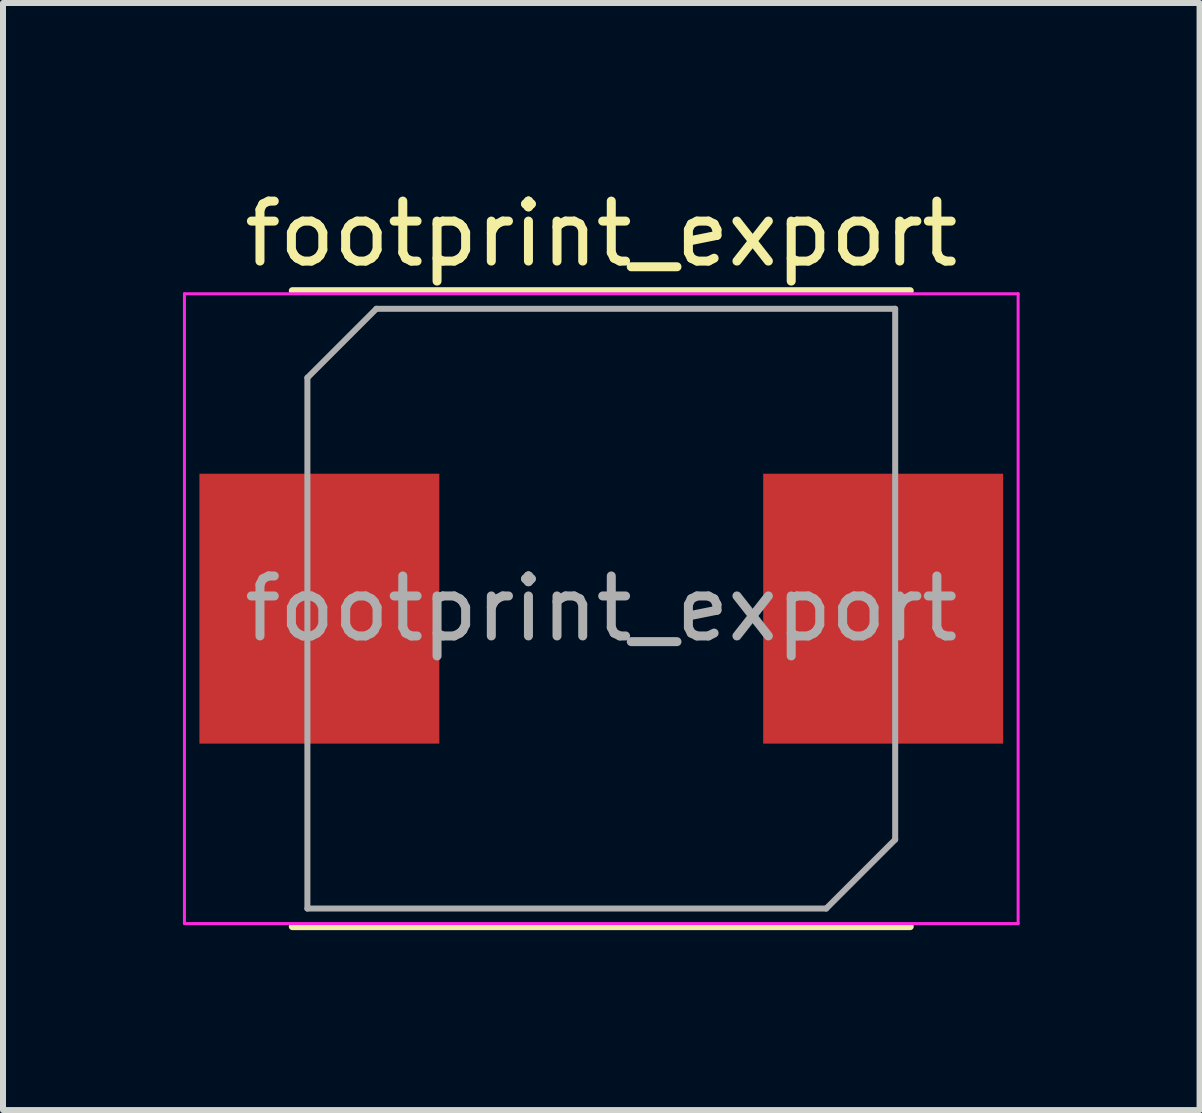
<source format=kicad_pcb>
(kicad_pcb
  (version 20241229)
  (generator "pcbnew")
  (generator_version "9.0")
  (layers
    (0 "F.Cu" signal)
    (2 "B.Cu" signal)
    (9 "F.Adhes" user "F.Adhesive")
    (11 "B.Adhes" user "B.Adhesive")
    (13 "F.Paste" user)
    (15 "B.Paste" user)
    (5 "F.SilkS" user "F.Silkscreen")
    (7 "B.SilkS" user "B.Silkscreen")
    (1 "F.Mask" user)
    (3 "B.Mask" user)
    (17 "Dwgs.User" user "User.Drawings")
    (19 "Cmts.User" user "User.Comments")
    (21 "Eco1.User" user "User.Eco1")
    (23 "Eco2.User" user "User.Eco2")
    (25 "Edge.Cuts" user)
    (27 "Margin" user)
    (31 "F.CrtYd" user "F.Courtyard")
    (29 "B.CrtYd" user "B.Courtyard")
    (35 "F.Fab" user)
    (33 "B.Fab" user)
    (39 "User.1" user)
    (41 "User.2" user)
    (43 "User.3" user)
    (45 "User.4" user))
  (footprint "footprint_export"
    (layer "F.Cu")
    (at 6.975 7.098)
    (property "Reference" "footprint_export" (at 0 -6.25 0) (layer "F.SilkS") (effects (font (size 1 1) (thickness 0.15))))
    (attr smd)
    (fp_line (start -5.15 -5.3) (end 5.15 -5.3) (stroke (width 0.12) (type solid)) (layer "F.SilkS"))
    (fp_line (start -5.15 5.3) (end 5.15 5.3) (stroke (width 0.12) (type solid)) (layer "F.SilkS"))
    (fp_line (start -6.95 -5.25) (end -6.95 5.25) (stroke (width 0.05) (type solid)) (layer "F.CrtYd"))
    (fp_line (start -6.95 5.25) (end 6.95 5.25) (stroke (width 0.05) (type solid)) (layer "F.CrtYd"))
    (fp_line (start 6.95 -5.25) (end -6.95 -5.25) (stroke (width 0.05) (type solid)) (layer "F.CrtYd"))
    (fp_line (start 6.95 5.25) (end 6.95 -5.25) (stroke (width 0.05) (type solid)) (layer "F.CrtYd"))
    (fp_line (start -4.9 -3.85) (end -4.9 5) (stroke (width 0.1) (type solid)) (layer "F.Fab"))
    (fp_line (start -4.9 -3.85) (end -3.75 -5) (stroke (width 0.1) (type solid)) (layer "F.Fab"))
    (fp_line (start -4.9 5) (end 3.75 5) (stroke (width 0.1) (type solid)) (layer "F.Fab"))
    (fp_line (start 3.75 5) (end 4.9 3.85) (stroke (width 0.1) (type solid)) (layer "F.Fab"))
    (fp_line (start 4.9 -5) (end -3.75 -5) (stroke (width 0.1) (type solid)) (layer "F.Fab"))
    (fp_line (start 4.9 3.85) (end 4.9 -5) (stroke (width 0.1) (type solid)) (layer "F.Fab"))
    (fp_text user "${REFERENCE}" (at 0 0 0) (layer "F.Fab") (effects (font (size 1 1) (thickness 0.15))))
    (pad "1" smd rect (at -4.7 0) (size 4 4.5) (layers "F.Cu" "F.Mask" "F.Paste"))
    (pad "2" smd rect (at 4.7 0) (size 4 4.5) (layers "F.Cu" "F.Mask" "F.Paste")))
  (gr_rect
    (start -3 -3)
    (end 16.95 15.458)
    (stroke (width 0.1) (type default))
    (fill no)
    (layer "Edge.Cuts")))
</source>
